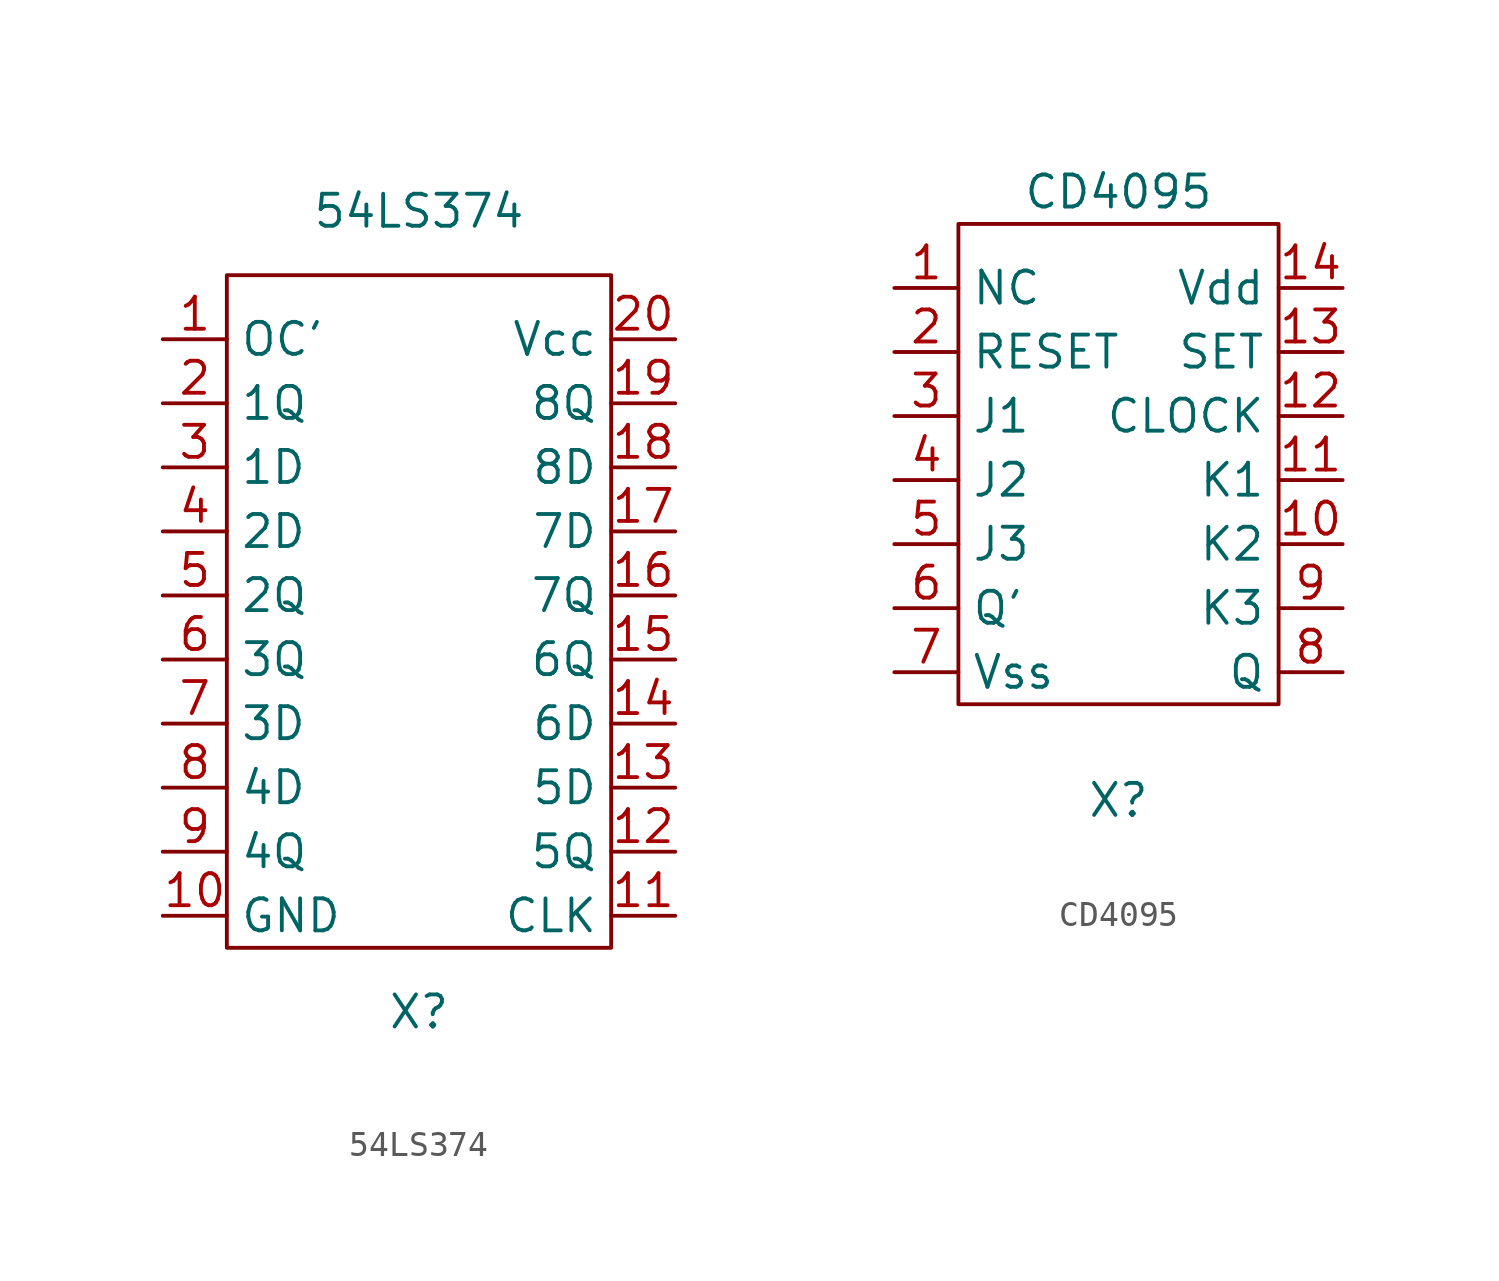
<source format=kicad_sym>
(kicad_symbol_lib
  (version 20211014)
  (generator kicad_symbol_editor)
  (symbol "54LS374"
    (property "Reference" "X"
      (at 0 -15.24 0)
      (effects (font (size 1.27 1.27))))
    (property "Value" "54LS374"
      (at 0 16.51 0)
      (effects (font (size 1.27 1.27))))
    (symbol "54LS374_0_1"
      (rectangle (start -7.62 13.97) (end 7.62 -12.7) (stroke (width 0) (type default) (color 0 0 0 0)) (fill (type none))))
    (symbol "54LS374_1_1"
      (pin input line (at -10.16 11.43 0) (length 2.54) (name "OC'" (effects (font (size 1.27 1.27)))) (number "1" (effects (font (size 1.27 1.27)))))
      (pin input line (at -10.16 -11.43 0) (length 2.54) (name "GND" (effects (font (size 1.27 1.27)))) (number "10" (effects (font (size 1.27 1.27)))))
      (pin input line (at 10.16 -11.43 180) (length 2.54) (name "CLK" (effects (font (size 1.27 1.27)))) (number "11" (effects (font (size 1.27 1.27)))))
      (pin output line (at 10.16 -8.89 180) (length 2.54) (name "5Q" (effects (font (size 1.27 1.27)))) (number "12" (effects (font (size 1.27 1.27)))))
      (pin input line (at 10.16 -6.35 180) (length 2.54) (name "5D" (effects (font (size 1.27 1.27)))) (number "13" (effects (font (size 1.27 1.27)))))
      (pin input line (at 10.16 -3.81 180) (length 2.54) (name "6D" (effects (font (size 1.27 1.27)))) (number "14" (effects (font (size 1.27 1.27)))))
      (pin output line (at 10.16 -1.27 180) (length 2.54) (name "6Q" (effects (font (size 1.27 1.27)))) (number "15" (effects (font (size 1.27 1.27)))))
      (pin output line (at 10.16 1.27 180) (length 2.54) (name "7Q" (effects (font (size 1.27 1.27)))) (number "16" (effects (font (size 1.27 1.27)))))
      (pin input line (at 10.16 3.81 180) (length 2.54) (name "7D" (effects (font (size 1.27 1.27)))) (number "17" (effects (font (size 1.27 1.27)))))
      (pin input line (at 10.16 6.35 180) (length 2.54) (name "8D" (effects (font (size 1.27 1.27)))) (number "18" (effects (font (size 1.27 1.27)))))
      (pin output line (at 10.16 8.89 180) (length 2.54) (name "8Q" (effects (font (size 1.27 1.27)))) (number "19" (effects (font (size 1.27 1.27)))))
      (pin output line (at -10.16 8.89 0) (length 2.54) (name "1Q" (effects (font (size 1.27 1.27)))) (number "2" (effects (font (size 1.27 1.27)))))
      (pin input line (at 10.16 11.43 180) (length 2.54) (name "Vcc" (effects (font (size 1.27 1.27)))) (number "20" (effects (font (size 1.27 1.27)))))
      (pin input line (at -10.16 6.35 0) (length 2.54) (name "1D" (effects (font (size 1.27 1.27)))) (number "3" (effects (font (size 1.27 1.27)))))
      (pin input line (at -10.16 3.81 0) (length 2.54) (name "2D" (effects (font (size 1.27 1.27)))) (number "4" (effects (font (size 1.27 1.27)))))
      (pin output line (at -10.16 1.27 0) (length 2.54) (name "2Q" (effects (font (size 1.27 1.27)))) (number "5" (effects (font (size 1.27 1.27)))))
      (pin output line (at -10.16 -1.27 0) (length 2.54) (name "3Q" (effects (font (size 1.27 1.27)))) (number "6" (effects (font (size 1.27 1.27)))))
      (pin input line (at -10.16 -3.81 0) (length 2.54) (name "3D" (effects (font (size 1.27 1.27)))) (number "7" (effects (font (size 1.27 1.27)))))
      (pin input line (at -10.16 -6.35 0) (length 2.54) (name "4D" (effects (font (size 1.27 1.27)))) (number "8" (effects (font (size 1.27 1.27)))))
      (pin output line (at -10.16 -8.89 0) (length 2.54) (name "4Q" (effects (font (size 1.27 1.27)))) (number "9" (effects (font (size 1.27 1.27)))))))
  (symbol "CD4095"
    (property "Reference" "X"
      (at 0 -10.16 0)
      (effects (font (size 1.27 1.27))))
    (property "Value" "CD4095"
      (at 0 13.97 0)
      (effects (font (size 1.27 1.27))))
    (symbol "CD4095_0_1"
      (rectangle (start -6.35 12.7) (end 6.35 -6.35) (stroke (width 0) (type default) (color 0 0 0 0)) (fill (type none))))
    (symbol "CD4095_1_1"
      (pin input line (at -8.89 10.16 0) (length 2.54) (name "NC" (effects (font (size 1.27 1.27)))) (number "1" (effects (font (size 1.27 1.27)))))
      (pin input line (at 8.89 0 180) (length 2.54) (name "K2" (effects (font (size 1.27 1.27)))) (number "10" (effects (font (size 1.27 1.27)))))
      (pin input line (at 8.89 2.54 180) (length 2.54) (name "K1" (effects (font (size 1.27 1.27)))) (number "11" (effects (font (size 1.27 1.27)))))
      (pin input line (at 8.89 5.08 180) (length 2.54) (name "CLOCK" (effects (font (size 1.27 1.27)))) (number "12" (effects (font (size 1.27 1.27)))))
      (pin input line (at 8.89 7.62 180) (length 2.54) (name "SET" (effects (font (size 1.27 1.27)))) (number "13" (effects (font (size 1.27 1.27)))))
      (pin input line (at 8.89 10.16 180) (length 2.54) (name "Vdd" (effects (font (size 1.27 1.27)))) (number "14" (effects (font (size 1.27 1.27)))))
      (pin input line (at -8.89 7.62 0) (length 2.54) (name "RESET" (effects (font (size 1.27 1.27)))) (number "2" (effects (font (size 1.27 1.27)))))
      (pin input line (at -8.89 5.08 0) (length 2.54) (name "J1" (effects (font (size 1.27 1.27)))) (number "3" (effects (font (size 1.27 1.27)))))
      (pin input line (at -8.89 2.54 0) (length 2.54) (name "J2" (effects (font (size 1.27 1.27)))) (number "4" (effects (font (size 1.27 1.27)))))
      (pin input line (at -8.89 0 0) (length 2.54) (name "J3" (effects (font (size 1.27 1.27)))) (number "5" (effects (font (size 1.27 1.27)))))
      (pin output line (at -8.89 -2.54 0) (length 2.54) (name "Q'" (effects (font (size 1.27 1.27)))) (number "6" (effects (font (size 1.27 1.27)))))
      (pin input line (at -8.89 -5.08 0) (length 2.54) (name "Vss" (effects (font (size 1.27 1.27)))) (number "7" (effects (font (size 1.27 1.27)))))
      (pin output line (at 8.89 -5.08 180) (length 2.54) (name "Q" (effects (font (size 1.27 1.27)))) (number "8" (effects (font (size 1.27 1.27)))))
      (pin input line (at 8.89 -2.54 180) (length 2.54) (name "K3" (effects (font (size 1.27 1.27)))) (number "9" (effects (font (size 1.27 1.27))))))))
</source>
